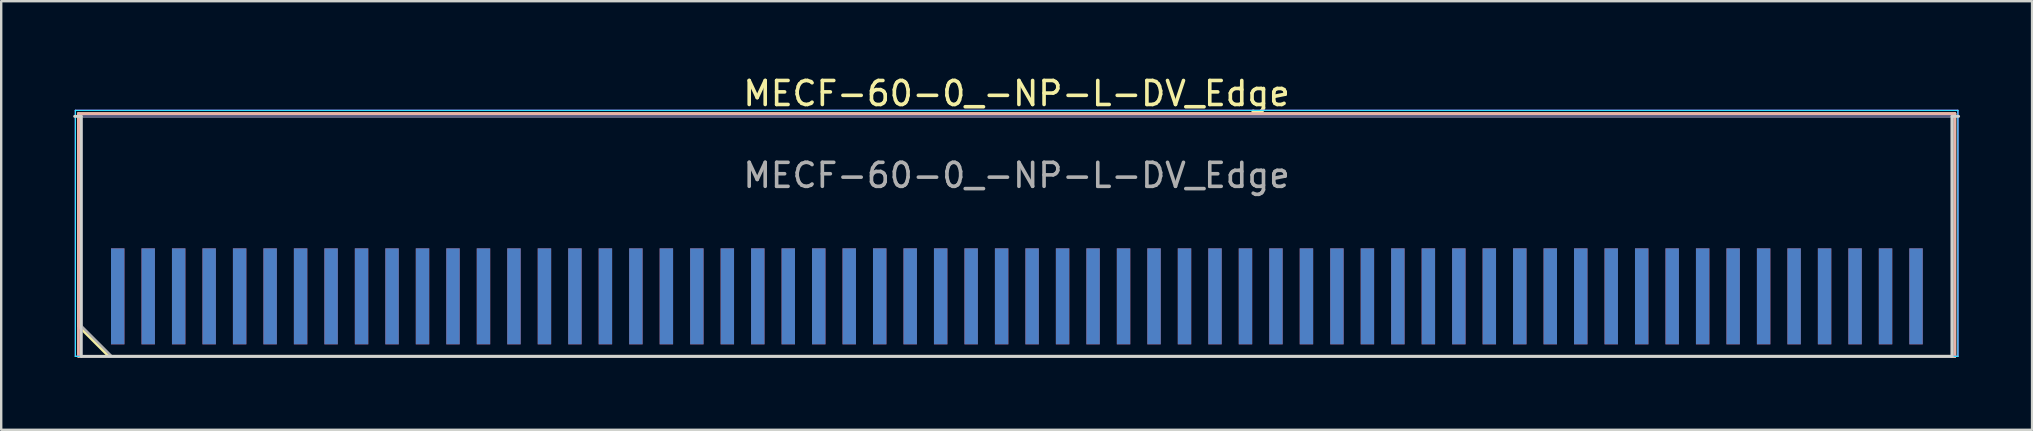
<source format=kicad_pcb>
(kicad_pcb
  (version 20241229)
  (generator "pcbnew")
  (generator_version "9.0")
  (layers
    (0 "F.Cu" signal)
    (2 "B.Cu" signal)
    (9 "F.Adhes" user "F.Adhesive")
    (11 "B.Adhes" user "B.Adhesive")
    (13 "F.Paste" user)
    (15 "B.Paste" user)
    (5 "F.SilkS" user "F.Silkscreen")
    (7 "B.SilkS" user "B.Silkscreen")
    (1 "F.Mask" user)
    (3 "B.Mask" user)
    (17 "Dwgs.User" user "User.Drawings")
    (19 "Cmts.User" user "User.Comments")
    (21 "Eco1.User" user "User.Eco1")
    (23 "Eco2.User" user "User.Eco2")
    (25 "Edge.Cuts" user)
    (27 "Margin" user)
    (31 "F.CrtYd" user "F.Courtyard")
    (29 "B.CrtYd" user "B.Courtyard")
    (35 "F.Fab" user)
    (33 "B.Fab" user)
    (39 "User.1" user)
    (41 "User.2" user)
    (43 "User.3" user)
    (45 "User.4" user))
  (footprint "MECF-60-0_-NP-L-DV_Edge"
    (layer "F.Cu")
    (at 39.31 6.798)
    (property "Reference" "MECF-60-0_-NP-L-DV_Edge" (at 0 -5.95 0) (layer "F.SilkS") (effects (font (size 1 1) (thickness 0.15))))
    (attr exclude_from_pos_files exclude_from_bom)
    (fp_line (start -39.09 -5.11) (end 39.09 -5.11) (stroke (width 0.12) (type solid)) (layer "F.SilkS"))
    (fp_line (start -39.09 3.73) (end -39.09 -5.11) (stroke (width 0.12) (type solid)) (layer "F.SilkS"))
    (fp_line (start -37.82 5) (end -39.09 3.73) (stroke (width 0.12) (type solid)) (layer "F.SilkS"))
    (fp_line (start -37.82 5) (end 39.09 5) (stroke (width 0.12) (type solid)) (layer "F.SilkS"))
    (fp_line (start 39.09 5) (end 39.09 -5.11) (stroke (width 0.12) (type solid)) (layer "F.SilkS"))
    (fp_line (start -39.09 -5.11) (end 39.09 -5.11) (stroke (width 0.12) (type solid)) (layer "B.SilkS"))
    (fp_line (start -39.09 5) (end -39.09 -5.11) (stroke (width 0.12) (type solid)) (layer "B.SilkS"))
    (fp_line (start -39.09 5) (end 39.09 5) (stroke (width 0.12) (type solid)) (layer "B.SilkS"))
    (fp_line (start 39.09 5) (end 39.09 -5.11) (stroke (width 0.12) (type solid)) (layer "B.SilkS"))
    (fp_line (start -39.25 -5) (end -38.975 -5) (stroke (width 0.12) (type solid)) (layer "Edge.Cuts"))
    (fp_line (start -38.975 5) (end -38.975 -5) (stroke (width 0.12) (type solid)) (layer "Edge.Cuts"))
    (fp_line (start -38.975 5) (end 38.975 5) (stroke (width 0.12) (type solid)) (layer "Edge.Cuts"))
    (fp_line (start 38.975 5) (end 38.975 -5) (stroke (width 0.12) (type solid)) (layer "Edge.Cuts"))
    (fp_line (start 39.25 -5) (end 38.975 -5) (stroke (width 0.12) (type solid)) (layer "Edge.Cuts"))
    (fp_line (start -39.22 -5.25) (end -39.22 5) (stroke (width 0.05) (type solid)) (layer "B.CrtYd"))
    (fp_line (start -39.22 5) (end 39.22 5) (stroke (width 0.05) (type solid)) (layer "B.CrtYd"))
    (fp_line (start 39.22 -5.25) (end -39.22 -5.25) (stroke (width 0.05) (type solid)) (layer "B.CrtYd"))
    (fp_line (start 39.22 5) (end 39.22 -5.25) (stroke (width 0.05) (type solid)) (layer "B.CrtYd"))
    (fp_line (start -39.22 -5.25) (end -39.22 5) (stroke (width 0.05) (type solid)) (layer "F.CrtYd"))
    (fp_line (start -39.22 5) (end 39.22 5) (stroke (width 0.05) (type solid)) (layer "F.CrtYd"))
    (fp_line (start 39.22 -5.25) (end -39.22 -5.25) (stroke (width 0.05) (type solid)) (layer "F.CrtYd"))
    (fp_line (start 39.22 5) (end 39.22 -5.25) (stroke (width 0.05) (type solid)) (layer "F.CrtYd"))
    (fp_line (start -38.975 -5) (end 38.975 -5) (stroke (width 0.1) (type solid)) (layer "B.Fab"))
    (fp_line (start -38.975 5) (end -38.975 -5) (stroke (width 0.1) (type solid)) (layer "B.Fab"))
    (fp_line (start -38.975 5) (end 38.975 5) (stroke (width 0.1) (type solid)) (layer "B.Fab"))
    (fp_line (start 38.975 5) (end 38.975 -5) (stroke (width 0.1) (type solid)) (layer "B.Fab"))
    (fp_line (start -38.975 -5) (end 38.975 -5) (stroke (width 0.1) (type solid)) (layer "F.Fab"))
    (fp_line (start -38.975 3.73) (end -38.975 -5) (stroke (width 0.1) (type solid)) (layer "F.Fab"))
    (fp_line (start -38.975 3.73) (end -37.705 5) (stroke (width 0.1) (type solid)) (layer "F.Fab"))
    (fp_line (start -37.705 5) (end 38.975 5) (stroke (width 0.1) (type solid)) (layer "F.Fab"))
    (fp_line (start 38.975 5) (end 38.975 -5) (stroke (width 0.1) (type solid)) (layer "F.Fab"))
    (fp_text user "${REFERENCE}" (at 0 -2.54 0) (layer "F.Fab") (effects (font (size 1 1) (thickness 0.15))))
    (pad "1" smd rect (at -37.455 2.5) (size 0.56 4) (layers "F.Cu" "F.Mask" "F.Paste"))
    (pad "2" smd rect (at -37.455 2.5) (size 0.56 4) (layers "B.Cu" "B.Mask" "B.Paste"))
    (pad "3" smd rect (at -36.185 2.5) (size 0.56 4) (layers "F.Cu" "F.Mask" "F.Paste"))
    (pad "4" smd rect (at -36.185 2.5) (size 0.56 4) (layers "B.Cu" "B.Mask" "B.Paste"))
    (pad "5" smd rect (at -34.915 2.5) (size 0.56 4) (layers "F.Cu" "F.Mask" "F.Paste"))
    (pad "6" smd rect (at -34.915 2.5) (size 0.56 4) (layers "B.Cu" "B.Mask" "B.Paste"))
    (pad "7" smd rect (at -33.645 2.5) (size 0.56 4) (layers "F.Cu" "F.Mask" "F.Paste"))
    (pad "8" smd rect (at -33.645 2.5) (size 0.56 4) (layers "B.Cu" "B.Mask" "B.Paste"))
    (pad "9" smd rect (at -32.375 2.5) (size 0.56 4) (layers "F.Cu" "F.Mask" "F.Paste"))
    (pad "10" smd rect (at -32.375 2.5) (size 0.56 4) (layers "B.Cu" "B.Mask" "B.Paste"))
    (pad "11" smd rect (at -31.105 2.5) (size 0.56 4) (layers "F.Cu" "F.Mask" "F.Paste"))
    (pad "12" smd rect (at -31.105 2.5) (size 0.56 4) (layers "B.Cu" "B.Mask" "B.Paste"))
    (pad "13" smd rect (at -29.835 2.5) (size 0.56 4) (layers "F.Cu" "F.Mask" "F.Paste"))
    (pad "14" smd rect (at -29.835 2.5) (size 0.56 4) (layers "B.Cu" "B.Mask" "B.Paste"))
    (pad "15" smd rect (at -28.565 2.5) (size 0.56 4) (layers "F.Cu" "F.Mask" "F.Paste"))
    (pad "16" smd rect (at -28.565 2.5) (size 0.56 4) (layers "B.Cu" "B.Mask" "B.Paste"))
    (pad "17" smd rect (at -27.295 2.5) (size 0.56 4) (layers "F.Cu" "F.Mask" "F.Paste"))
    (pad "18" smd rect (at -27.295 2.5) (size 0.56 4) (layers "B.Cu" "B.Mask" "B.Paste"))
    (pad "19" smd rect (at -26.025 2.5) (size 0.56 4) (layers "F.Cu" "F.Mask" "F.Paste"))
    (pad "20" smd rect (at -26.025 2.5) (size 0.56 4) (layers "B.Cu" "B.Mask" "B.Paste"))
    (pad "21" smd rect (at -24.755 2.5) (size 0.56 4) (layers "F.Cu" "F.Mask" "F.Paste"))
    (pad "22" smd rect (at -24.755 2.5) (size 0.56 4) (layers "B.Cu" "B.Mask" "B.Paste"))
    (pad "23" smd rect (at -23.485 2.5) (size 0.56 4) (layers "F.Cu" "F.Mask" "F.Paste"))
    (pad "24" smd rect (at -23.485 2.5) (size 0.56 4) (layers "B.Cu" "B.Mask" "B.Paste"))
    (pad "25" smd rect (at -22.215 2.5) (size 0.56 4) (layers "F.Cu" "F.Mask" "F.Paste"))
    (pad "26" smd rect (at -22.215 2.5) (size 0.56 4) (layers "B.Cu" "B.Mask" "B.Paste"))
    (pad "27" smd rect (at -20.945 2.5) (size 0.56 4) (layers "F.Cu" "F.Mask" "F.Paste"))
    (pad "28" smd rect (at -20.945 2.5) (size 0.56 4) (layers "B.Cu" "B.Mask" "B.Paste"))
    (pad "29" smd rect (at -19.675 2.5) (size 0.56 4) (layers "F.Cu" "F.Mask" "F.Paste"))
    (pad "30" smd rect (at -19.675 2.5) (size 0.56 4) (layers "B.Cu" "B.Mask" "B.Paste"))
    (pad "31" smd rect (at -18.405 2.5) (size 0.56 4) (layers "F.Cu" "F.Mask" "F.Paste"))
    (pad "32" smd rect (at -18.405 2.5) (size 0.56 4) (layers "B.Cu" "B.Mask" "B.Paste"))
    (pad "33" smd rect (at -17.135 2.5) (size 0.56 4) (layers "F.Cu" "F.Mask" "F.Paste"))
    (pad "34" smd rect (at -17.135 2.5) (size 0.56 4) (layers "B.Cu" "B.Mask" "B.Paste"))
    (pad "35" smd rect (at -15.865 2.5) (size 0.56 4) (layers "F.Cu" "F.Mask" "F.Paste"))
    (pad "36" smd rect (at -15.865 2.5) (size 0.56 4) (layers "B.Cu" "B.Mask" "B.Paste"))
    (pad "37" smd rect (at -14.595 2.5) (size 0.56 4) (layers "F.Cu" "F.Mask" "F.Paste"))
    (pad "38" smd rect (at -14.595 2.5) (size 0.56 4) (layers "B.Cu" "B.Mask" "B.Paste"))
    (pad "39" smd rect (at -13.325 2.5) (size 0.56 4) (layers "F.Cu" "F.Mask" "F.Paste"))
    (pad "40" smd rect (at -13.325 2.5) (size 0.56 4) (layers "B.Cu" "B.Mask" "B.Paste"))
    (pad "41" smd rect (at -12.055 2.5) (size 0.56 4) (layers "F.Cu" "F.Mask" "F.Paste"))
    (pad "42" smd rect (at -12.055 2.5) (size 0.56 4) (layers "B.Cu" "B.Mask" "B.Paste"))
    (pad "43" smd rect (at -10.785 2.5) (size 0.56 4) (layers "F.Cu" "F.Mask" "F.Paste"))
    (pad "44" smd rect (at -10.785 2.5) (size 0.56 4) (layers "B.Cu" "B.Mask" "B.Paste"))
    (pad "45" smd rect (at -9.515 2.5) (size 0.56 4) (layers "F.Cu" "F.Mask" "F.Paste"))
    (pad "46" smd rect (at -9.515 2.5) (size 0.56 4) (layers "B.Cu" "B.Mask" "B.Paste"))
    (pad "47" smd rect (at -8.245 2.5) (size 0.56 4) (layers "F.Cu" "F.Mask" "F.Paste"))
    (pad "48" smd rect (at -8.245 2.5) (size 0.56 4) (layers "B.Cu" "B.Mask" "B.Paste"))
    (pad "49" smd rect (at -6.975 2.5) (size 0.56 4) (layers "F.Cu" "F.Mask" "F.Paste"))
    (pad "50" smd rect (at -6.975 2.5) (size 0.56 4) (layers "B.Cu" "B.Mask" "B.Paste"))
    (pad "51" smd rect (at -5.705 2.5) (size 0.56 4) (layers "F.Cu" "F.Mask" "F.Paste"))
    (pad "52" smd rect (at -5.705 2.5) (size 0.56 4) (layers "B.Cu" "B.Mask" "B.Paste"))
    (pad "53" smd rect (at -4.435 2.5) (size 0.56 4) (layers "F.Cu" "F.Mask" "F.Paste"))
    (pad "54" smd rect (at -4.435 2.5) (size 0.56 4) (layers "B.Cu" "B.Mask" "B.Paste"))
    (pad "55" smd rect (at -3.165 2.5) (size 0.56 4) (layers "F.Cu" "F.Mask" "F.Paste"))
    (pad "56" smd rect (at -3.165 2.5) (size 0.56 4) (layers "B.Cu" "B.Mask" "B.Paste"))
    (pad "57" smd rect (at -1.895 2.5) (size 0.56 4) (layers "F.Cu" "F.Mask" "F.Paste"))
    (pad "58" smd rect (at -1.895 2.5) (size 0.56 4) (layers "B.Cu" "B.Mask" "B.Paste"))
    (pad "59" smd rect (at -0.625 2.5) (size 0.56 4) (layers "F.Cu" "F.Mask" "F.Paste"))
    (pad "60" smd rect (at -0.625 2.5) (size 0.56 4) (layers "B.Cu" "B.Mask" "B.Paste"))
    (pad "61" smd rect (at 0.645 2.5) (size 0.56 4) (layers "F.Cu" "F.Mask" "F.Paste"))
    (pad "62" smd rect (at 0.645 2.5) (size 0.56 4) (layers "B.Cu" "B.Mask" "B.Paste"))
    (pad "63" smd rect (at 1.915 2.5) (size 0.56 4) (layers "F.Cu" "F.Mask" "F.Paste"))
    (pad "64" smd rect (at 1.915 2.5) (size 0.56 4) (layers "B.Cu" "B.Mask" "B.Paste"))
    (pad "65" smd rect (at 3.185 2.5) (size 0.56 4) (layers "F.Cu" "F.Mask" "F.Paste"))
    (pad "66" smd rect (at 3.185 2.5) (size 0.56 4) (layers "B.Cu" "B.Mask" "B.Paste"))
    (pad "67" smd rect (at 4.455 2.5) (size 0.56 4) (layers "F.Cu" "F.Mask" "F.Paste"))
    (pad "68" smd rect (at 4.455 2.5) (size 0.56 4) (layers "B.Cu" "B.Mask" "B.Paste"))
    (pad "69" smd rect (at 5.725 2.5) (size 0.56 4) (layers "F.Cu" "F.Mask" "F.Paste"))
    (pad "70" smd rect (at 5.725 2.5) (size 0.56 4) (layers "B.Cu" "B.Mask" "B.Paste"))
    (pad "71" smd rect (at 6.995 2.5) (size 0.56 4) (layers "F.Cu" "F.Mask" "F.Paste"))
    (pad "72" smd rect (at 6.995 2.5) (size 0.56 4) (layers "B.Cu" "B.Mask" "B.Paste"))
    (pad "73" smd rect (at 8.265 2.5) (size 0.56 4) (layers "F.Cu" "F.Mask" "F.Paste"))
    (pad "74" smd rect (at 8.265 2.5) (size 0.56 4) (layers "B.Cu" "B.Mask" "B.Paste"))
    (pad "75" smd rect (at 9.535 2.5) (size 0.56 4) (layers "F.Cu" "F.Mask" "F.Paste"))
    (pad "76" smd rect (at 9.535 2.5) (size 0.56 4) (layers "B.Cu" "B.Mask" "B.Paste"))
    (pad "77" smd rect (at 10.805 2.5) (size 0.56 4) (layers "F.Cu" "F.Mask" "F.Paste"))
    (pad "78" smd rect (at 10.805 2.5) (size 0.56 4) (layers "B.Cu" "B.Mask" "B.Paste"))
    (pad "79" smd rect (at 12.075 2.5) (size 0.56 4) (layers "F.Cu" "F.Mask" "F.Paste"))
    (pad "80" smd rect (at 12.075 2.5) (size 0.56 4) (layers "B.Cu" "B.Mask" "B.Paste"))
    (pad "81" smd rect (at 13.345 2.5) (size 0.56 4) (layers "F.Cu" "F.Mask" "F.Paste"))
    (pad "82" smd rect (at 13.345 2.5) (size 0.56 4) (layers "B.Cu" "B.Mask" "B.Paste"))
    (pad "83" smd rect (at 14.615 2.5) (size 0.56 4) (layers "F.Cu" "F.Mask" "F.Paste"))
    (pad "84" smd rect (at 14.615 2.5) (size 0.56 4) (layers "B.Cu" "B.Mask" "B.Paste"))
    (pad "85" smd rect (at 15.885 2.5) (size 0.56 4) (layers "F.Cu" "F.Mask" "F.Paste"))
    (pad "86" smd rect (at 15.885 2.5) (size 0.56 4) (layers "B.Cu" "B.Mask" "B.Paste"))
    (pad "87" smd rect (at 17.155 2.5) (size 0.56 4) (layers "F.Cu" "F.Mask" "F.Paste"))
    (pad "88" smd rect (at 17.155 2.5) (size 0.56 4) (layers "B.Cu" "B.Mask" "B.Paste"))
    (pad "89" smd rect (at 18.425 2.5) (size 0.56 4) (layers "F.Cu" "F.Mask" "F.Paste"))
    (pad "90" smd rect (at 18.425 2.5) (size 0.56 4) (layers "B.Cu" "B.Mask" "B.Paste"))
    (pad "91" smd rect (at 19.695 2.5) (size 0.56 4) (layers "F.Cu" "F.Mask" "F.Paste"))
    (pad "92" smd rect (at 19.695 2.5) (size 0.56 4) (layers "B.Cu" "B.Mask" "B.Paste"))
    (pad "93" smd rect (at 20.965 2.5) (size 0.56 4) (layers "F.Cu" "F.Mask" "F.Paste"))
    (pad "94" smd rect (at 20.965 2.5) (size 0.56 4) (layers "B.Cu" "B.Mask" "B.Paste"))
    (pad "95" smd rect (at 22.235 2.5) (size 0.56 4) (layers "F.Cu" "F.Mask" "F.Paste"))
    (pad "96" smd rect (at 22.235 2.5) (size 0.56 4) (layers "B.Cu" "B.Mask" "B.Paste"))
    (pad "97" smd rect (at 23.505 2.5) (size 0.56 4) (layers "F.Cu" "F.Mask" "F.Paste"))
    (pad "98" smd rect (at 23.505 2.5) (size 0.56 4) (layers "B.Cu" "B.Mask" "B.Paste"))
    (pad "99" smd rect (at 24.775 2.5) (size 0.56 4) (layers "F.Cu" "F.Mask" "F.Paste"))
    (pad "100" smd rect (at 24.775 2.5) (size 0.56 4) (layers "B.Cu" "B.Mask" "B.Paste"))
    (pad "101" smd rect (at 26.045 2.5) (size 0.56 4) (layers "F.Cu" "F.Mask" "F.Paste"))
    (pad "102" smd rect (at 26.045 2.5) (size 0.56 4) (layers "B.Cu" "B.Mask" "B.Paste"))
    (pad "103" smd rect (at 27.315 2.5) (size 0.56 4) (layers "F.Cu" "F.Mask" "F.Paste"))
    (pad "104" smd rect (at 27.315 2.5) (size 0.56 4) (layers "B.Cu" "B.Mask" "B.Paste"))
    (pad "105" smd rect (at 28.585 2.5) (size 0.56 4) (layers "F.Cu" "F.Mask" "F.Paste"))
    (pad "106" smd rect (at 28.585 2.5) (size 0.56 4) (layers "B.Cu" "B.Mask" "B.Paste"))
    (pad "107" smd rect (at 29.855 2.5) (size 0.56 4) (layers "F.Cu" "F.Mask" "F.Paste"))
    (pad "108" smd rect (at 29.855 2.5) (size 0.56 4) (layers "B.Cu" "B.Mask" "B.Paste"))
    (pad "109" smd rect (at 31.125 2.5) (size 0.56 4) (layers "F.Cu" "F.Mask" "F.Paste"))
    (pad "110" smd rect (at 31.125 2.5) (size 0.56 4) (layers "B.Cu" "B.Mask" "B.Paste"))
    (pad "111" smd rect (at 32.395 2.5) (size 0.56 4) (layers "F.Cu" "F.Mask" "F.Paste"))
    (pad "112" smd rect (at 32.395 2.5) (size 0.56 4) (layers "B.Cu" "B.Mask" "B.Paste"))
    (pad "113" smd rect (at 33.665 2.5) (size 0.56 4) (layers "F.Cu" "F.Mask" "F.Paste"))
    (pad "114" smd rect (at 33.665 2.5) (size 0.56 4) (layers "B.Cu" "B.Mask" "B.Paste"))
    (pad "115" smd rect (at 34.935 2.5) (size 0.56 4) (layers "F.Cu" "F.Mask" "F.Paste"))
    (pad "116" smd rect (at 34.935 2.5) (size 0.56 4) (layers "B.Cu" "B.Mask" "B.Paste"))
    (pad "117" smd rect (at 36.205 2.5) (size 0.56 4) (layers "F.Cu" "F.Mask" "F.Paste"))
    (pad "118" smd rect (at 36.205 2.5) (size 0.56 4) (layers "B.Cu" "B.Mask" "B.Paste"))
    (pad "119" smd rect (at 37.475 2.5) (size 0.56 4) (layers "F.Cu" "F.Mask" "F.Paste"))
    (pad "120" smd rect (at 37.475 2.5) (size 0.56 4) (layers "B.Cu" "B.Mask" "B.Paste")))
  (gr_rect
    (start -3 -3)
    (end 81.62 14.858)
    (stroke (width 0.1) (type default))
    (fill no)
    (layer "Edge.Cuts")))
</source>
